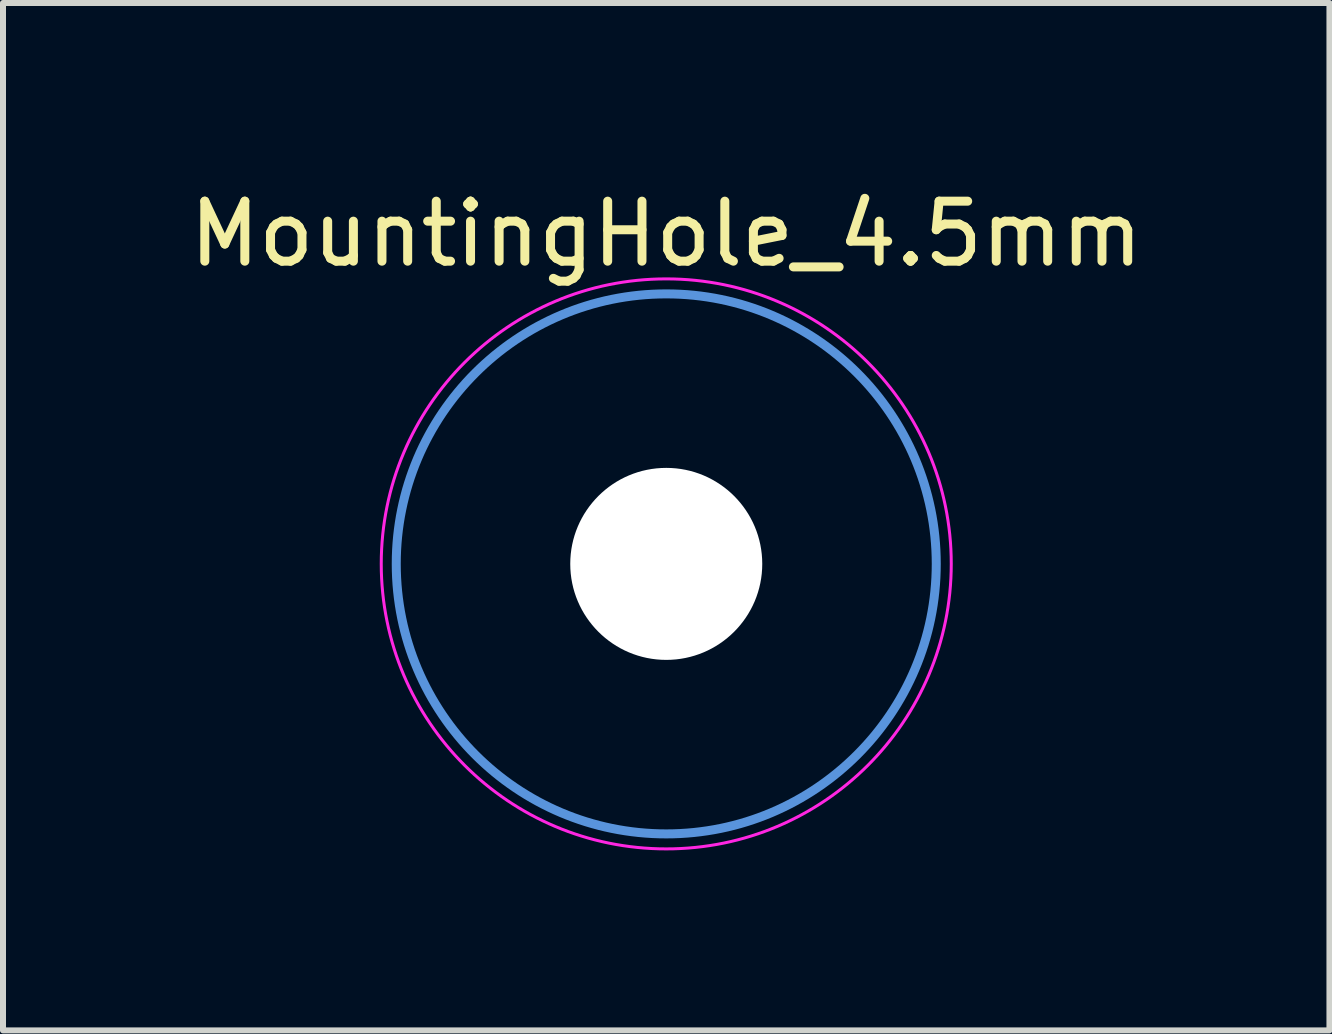
<source format=kicad_pcb>
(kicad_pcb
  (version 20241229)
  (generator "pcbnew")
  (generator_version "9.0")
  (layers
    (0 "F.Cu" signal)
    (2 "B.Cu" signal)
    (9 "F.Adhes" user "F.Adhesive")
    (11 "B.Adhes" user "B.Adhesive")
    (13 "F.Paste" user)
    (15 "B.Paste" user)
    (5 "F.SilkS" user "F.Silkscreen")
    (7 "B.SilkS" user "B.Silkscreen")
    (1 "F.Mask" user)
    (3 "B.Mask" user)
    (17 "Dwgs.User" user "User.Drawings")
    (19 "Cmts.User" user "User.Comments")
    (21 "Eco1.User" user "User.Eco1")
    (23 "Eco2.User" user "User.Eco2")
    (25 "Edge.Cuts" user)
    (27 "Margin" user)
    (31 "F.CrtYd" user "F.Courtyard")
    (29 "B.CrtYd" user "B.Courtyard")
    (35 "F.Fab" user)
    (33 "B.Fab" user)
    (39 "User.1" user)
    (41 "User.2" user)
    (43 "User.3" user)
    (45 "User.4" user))
  (footprint "MountingHole_4.5mm"
    (layer "F.Cu")
    (at 8.054 6.348)
    (property "Reference" "MountingHole_4.5mm" (at 0 -5.5 0) (layer "F.SilkS") (effects (font (size 1 1) (thickness 0.15))))
    (attr exclude_from_pos_files exclude_from_bom)
    (fp_circle (center 0 0) (end 4.5 0) (stroke (width 0.15) (type solid)) (fill no) (layer "Cmts.User"))
    (fp_circle (center 0 0) (end 4.75 0) (stroke (width 0.05) (type solid)) (fill no) (layer "F.CrtYd"))
    (pad "" np_thru_hole circle (at 0 0) (size 3.2 3.2) (drill 3.2) (layers "*.Cu" "*.Mask")))
  (gr_rect
    (start -3 -3)
    (end 19.107 14.123)
    (stroke (width 0.1) (type default))
    (fill no)
    (layer "Edge.Cuts")))
</source>
